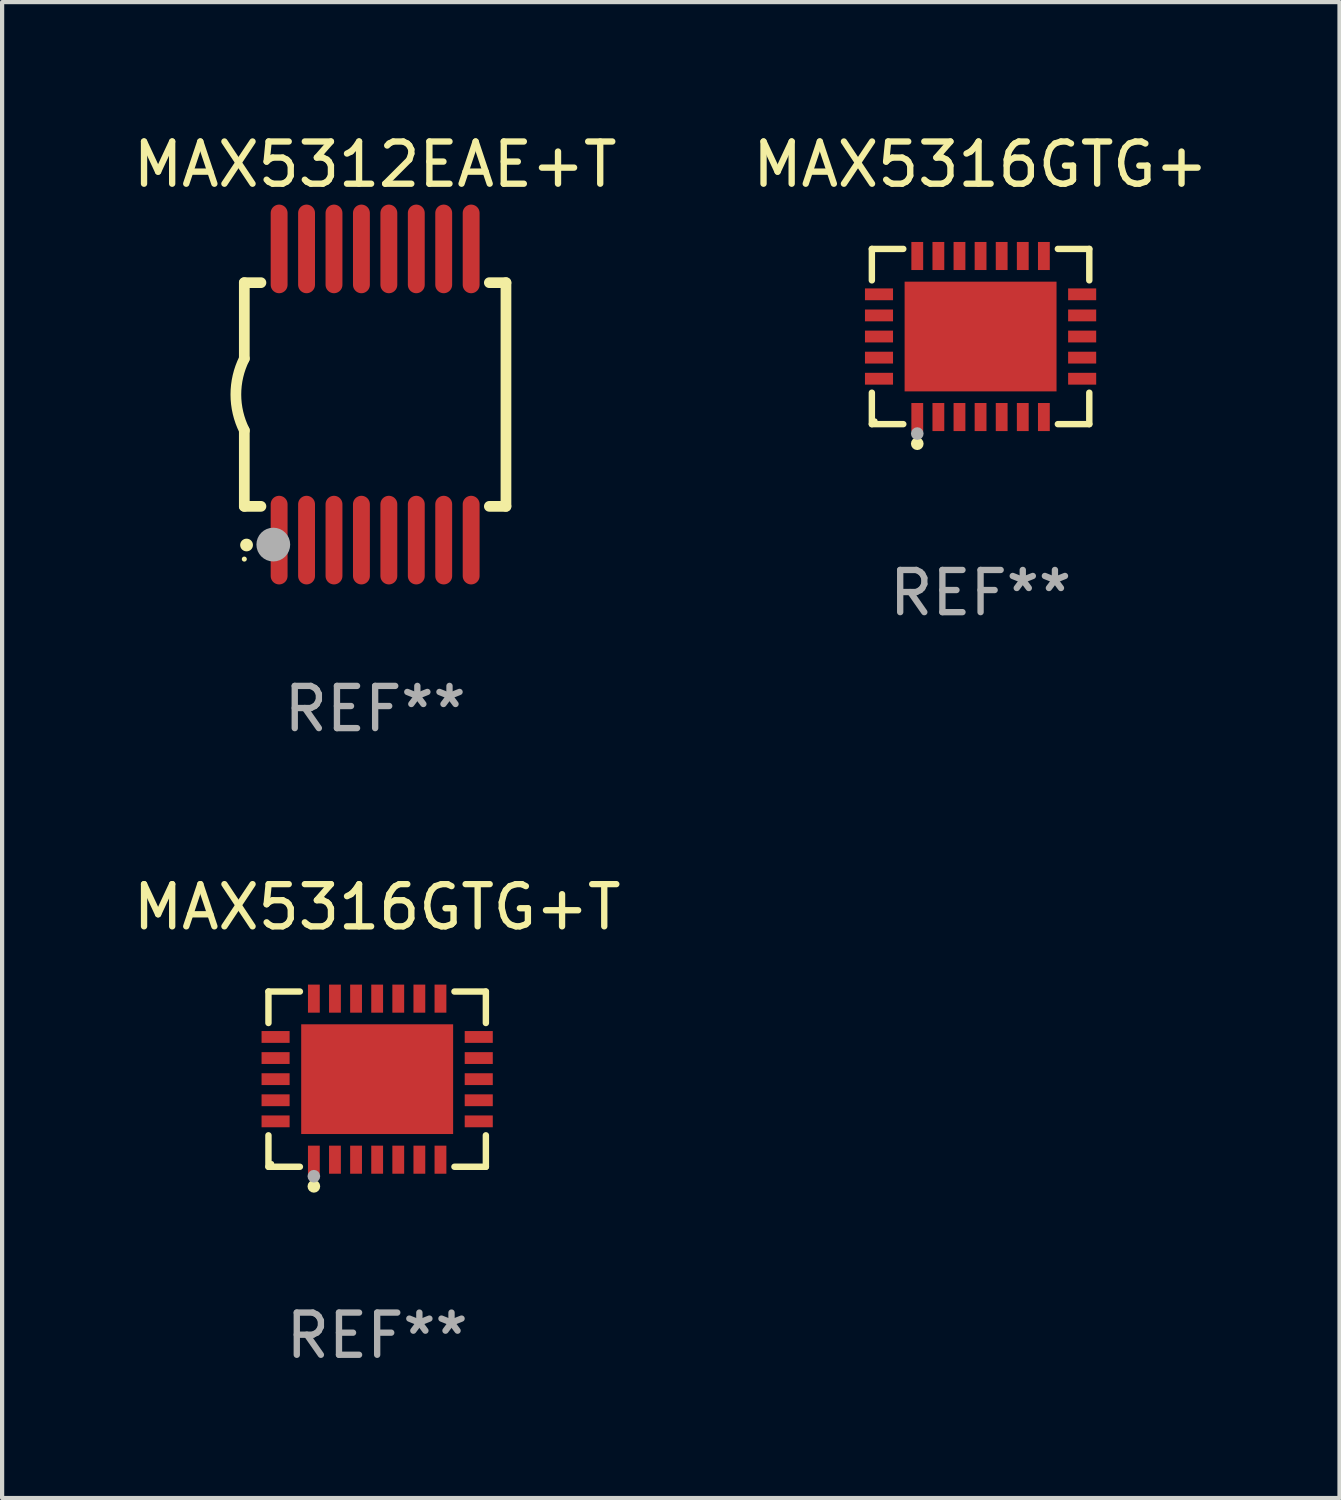
<source format=kicad_pcb>
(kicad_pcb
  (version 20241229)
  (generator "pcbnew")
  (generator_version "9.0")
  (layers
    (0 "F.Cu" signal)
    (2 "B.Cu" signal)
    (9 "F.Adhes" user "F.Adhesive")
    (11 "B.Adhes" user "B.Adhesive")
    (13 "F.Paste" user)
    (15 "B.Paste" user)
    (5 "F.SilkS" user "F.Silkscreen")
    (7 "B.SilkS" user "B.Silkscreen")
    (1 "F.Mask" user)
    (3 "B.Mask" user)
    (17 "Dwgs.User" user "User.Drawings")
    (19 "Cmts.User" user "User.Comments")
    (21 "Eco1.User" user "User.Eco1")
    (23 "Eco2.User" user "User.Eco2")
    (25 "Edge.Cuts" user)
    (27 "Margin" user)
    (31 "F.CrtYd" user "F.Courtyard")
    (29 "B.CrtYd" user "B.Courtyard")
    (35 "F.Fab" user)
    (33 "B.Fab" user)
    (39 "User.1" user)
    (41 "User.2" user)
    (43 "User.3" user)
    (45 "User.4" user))
  (footprint "MAX5312EAE+T"
    (layer "F.Cu")
    (at 5.839 6.298)
    (property "Reference" "MAX5312EAE+T" (at 0 -5.45 0) (layer "F.SilkS") (effects (font (size 1 1) (thickness 0.15))))
    (attr through_hole)
    (fp_line (start -3.1 -2.65) (end -3.1 -0.85) (stroke (width 0.254) (type solid)) (layer "F.SilkS"))
    (fp_line (start -3.1 -2.65) (end -2.706 -2.65) (stroke (width 0.254) (type solid)) (layer "F.SilkS"))
    (fp_line (start -3.1 2.65) (end -3.1 0.85) (stroke (width 0.254) (type solid)) (layer "F.SilkS"))
    (fp_line (start -3.1 2.65) (end -2.706 2.65) (stroke (width 0.254) (type solid)) (layer "F.SilkS"))
    (fp_line (start 2.706 -2.65) (end 3.1 -2.65) (stroke (width 0.254) (type solid)) (layer "F.SilkS"))
    (fp_line (start 2.706 2.65) (end 3.1 2.65) (stroke (width 0.254) (type solid)) (layer "F.SilkS"))
    (fp_line (start 3.1 -2.65) (end 3.1 2.65) (stroke (width 0.254) (type solid)) (layer "F.SilkS"))
    (fp_arc (start -3.098907 0.850902) (mid -3.300057 0.000523) (end -3.1 -0.850114) (stroke (width 0.254001) (type solid)) (layer "F.SilkS"))
    (fp_arc (start -3.048006 3.566066) (mid -3.046736 3.566061) (end -3.045466 3.566066) (stroke (width 0.3) (type solid)) (layer "F.SilkS"))
    (fp_circle (center -3.1 3.9) (end -3.07 3.9) (stroke (width 0.06) (type solid)) (fill no) (layer "F.SilkS"))
    (fp_circle (center -2.413 3.556) (end -2.213 3.556) (stroke (width 0.4) (type solid)) (fill no) (layer "F.Fab"))
    (fp_text user "REF**" (at 0 7.45 0) (layer "F.Fab") (effects (font (size 1 1) (thickness 0.15))))
    (pad "1" smd oval (at -2.275 3.45 180) (size 0.4 2.1) (layers "F.Cu" "F.Mask" "F.Paste"))
    (pad "2" smd oval (at -1.625 3.45 180) (size 0.4 2.1) (layers "F.Cu" "F.Mask" "F.Paste"))
    (pad "3" smd oval (at -0.975 3.45 180) (size 0.4 2.1) (layers "F.Cu" "F.Mask" "F.Paste"))
    (pad "4" smd oval (at -0.325 3.45 180) (size 0.4 2.1) (layers "F.Cu" "F.Mask" "F.Paste"))
    (pad "5" smd oval (at 0.325 3.45 180) (size 0.4 2.1) (layers "F.Cu" "F.Mask" "F.Paste"))
    (pad "6" smd oval (at 0.975 3.45 180) (size 0.4 2.1) (layers "F.Cu" "F.Mask" "F.Paste"))
    (pad "7" smd oval (at 1.625 3.45 180) (size 0.4 2.1) (layers "F.Cu" "F.Mask" "F.Paste"))
    (pad "8" smd oval (at 2.275 3.45 180) (size 0.4 2.1) (layers "F.Cu" "F.Mask" "F.Paste"))
    (pad "9" smd oval (at 2.275 -3.45 180) (size 0.4 2.1) (layers "F.Cu" "F.Mask" "F.Paste"))
    (pad "10" smd oval (at 1.625 -3.45 180) (size 0.4 2.1) (layers "F.Cu" "F.Mask" "F.Paste"))
    (pad "11" smd oval (at 0.975 -3.45 180) (size 0.4 2.1) (layers "F.Cu" "F.Mask" "F.Paste"))
    (pad "12" smd oval (at 0.325 -3.45 180) (size 0.4 2.1) (layers "F.Cu" "F.Mask" "F.Paste"))
    (pad "13" smd oval (at -0.325 -3.45 180) (size 0.4 2.1) (layers "F.Cu" "F.Mask" "F.Paste"))
    (pad "14" smd oval (at -0.975 -3.45 180) (size 0.4 2.1) (layers "F.Cu" "F.Mask" "F.Paste"))
    (pad "15" smd oval (at -1.625 -3.45 180) (size 0.4 2.1) (layers "F.Cu" "F.Mask" "F.Paste"))
    (pad "16" smd oval (at -2.275 -3.45 180) (size 0.4 2.1) (layers "F.Cu" "F.Mask" "F.Paste")))
  (footprint "MAX5316GTG+T"
    (layer "F.Cu")
    (at 5.887 22.521)
    (property "Reference" "MAX5316GTG+T" (at 0 -4.076 0) (layer "F.SilkS") (effects (font (size 1 1) (thickness 0.15))))
    (attr through_hole)
    (fp_line (start -2.576 -2.076) (end -1.831 -2.076) (stroke (width 0.152) (type solid)) (layer "F.SilkS"))
    (fp_line (start -2.576 -1.331) (end -2.576 -2.076) (stroke (width 0.152) (type solid)) (layer "F.SilkS"))
    (fp_line (start -2.576 1.331) (end -2.576 2.076) (stroke (width 0.152) (type solid)) (layer "F.SilkS"))
    (fp_line (start -2.576 2.076) (end -1.831 2.076) (stroke (width 0.152) (type solid)) (layer "F.SilkS"))
    (fp_line (start 2.576 -2.076) (end 1.831 -2.076) (stroke (width 0.152) (type solid)) (layer "F.SilkS"))
    (fp_line (start 2.576 -1.331) (end 2.576 -2.076) (stroke (width 0.152) (type solid)) (layer "F.SilkS"))
    (fp_line (start 2.576 1.331) (end 2.576 2.076) (stroke (width 0.152) (type solid)) (layer "F.SilkS"))
    (fp_line (start 2.576 2.076) (end 1.831 2.076) (stroke (width 0.152) (type solid)) (layer "F.SilkS"))
    (fp_circle (center -2.5 2) (end -2.47 2) (stroke (width 0.06) (type solid)) (fill no) (layer "F.SilkS"))
    (fp_circle (center -1.5 2.54) (end -1.425 2.54) (stroke (width 0.15) (type solid)) (fill no) (layer "F.SilkS"))
    (fp_circle (center -1.5 2.3) (end -1.425 2.3) (stroke (width 0.15) (type solid)) (fill no) (layer "F.Fab"))
    (fp_text user "REF**" (at 0 6.076 0) (layer "F.Fab") (effects (font (size 1 1) (thickness 0.15))))
    (pad "1" smd rect (at -1.5 1.908) (size 0.28 0.665) (layers "F.Cu" "F.Mask" "F.Paste"))
    (pad "2" smd rect (at -1 1.908) (size 0.28 0.665) (layers "F.Cu" "F.Mask" "F.Paste"))
    (pad "3" smd rect (at -0.5 1.908) (size 0.28 0.665) (layers "F.Cu" "F.Mask" "F.Paste"))
    (pad "4" smd rect (at 0 1.908) (size 0.28 0.665) (layers "F.Cu" "F.Mask" "F.Paste"))
    (pad "5" smd rect (at 0.5 1.908) (size 0.28 0.665) (layers "F.Cu" "F.Mask" "F.Paste"))
    (pad "6" smd rect (at 1 1.908) (size 0.28 0.665) (layers "F.Cu" "F.Mask" "F.Paste"))
    (pad "7" smd rect (at 1.5 1.908) (size 0.28 0.665) (layers "F.Cu" "F.Mask" "F.Paste"))
    (pad "8" smd rect (at 2.407 1) (size 0.665 0.28) (layers "F.Cu" "F.Mask" "F.Paste"))
    (pad "9" smd rect (at 2.407 0.5) (size 0.665 0.28) (layers "F.Cu" "F.Mask" "F.Paste"))
    (pad "10" smd rect (at 2.407 0) (size 0.665 0.28) (layers "F.Cu" "F.Mask" "F.Paste"))
    (pad "11" smd rect (at 2.407 -0.5) (size 0.665 0.28) (layers "F.Cu" "F.Mask" "F.Paste"))
    (pad "12" smd rect (at 2.407 -1) (size 0.665 0.28) (layers "F.Cu" "F.Mask" "F.Paste"))
    (pad "13" smd rect (at 1.5 -1.908) (size 0.28 0.665) (layers "F.Cu" "F.Mask" "F.Paste"))
    (pad "14" smd rect (at 1 -1.908) (size 0.28 0.665) (layers "F.Cu" "F.Mask" "F.Paste"))
    (pad "15" smd rect (at 0.5 -1.908) (size 0.28 0.665) (layers "F.Cu" "F.Mask" "F.Paste"))
    (pad "16" smd rect (at 0 -1.908) (size 0.28 0.665) (layers "F.Cu" "F.Mask" "F.Paste"))
    (pad "17" smd rect (at -0.5 -1.908) (size 0.28 0.665) (layers "F.Cu" "F.Mask" "F.Paste"))
    (pad "18" smd rect (at -1 -1.908) (size 0.28 0.665) (layers "F.Cu" "F.Mask" "F.Paste"))
    (pad "19" smd rect (at -1.5 -1.908) (size 0.28 0.665) (layers "F.Cu" "F.Mask" "F.Paste"))
    (pad "20" smd rect (at -2.407 -1) (size 0.665 0.28) (layers "F.Cu" "F.Mask" "F.Paste"))
    (pad "21" smd rect (at -2.407 -0.5) (size 0.665 0.28) (layers "F.Cu" "F.Mask" "F.Paste"))
    (pad "22" smd rect (at -2.407 0) (size 0.665 0.28) (layers "F.Cu" "F.Mask" "F.Paste"))
    (pad "23" smd rect (at -2.407 0.5) (size 0.665 0.28) (layers "F.Cu" "F.Mask" "F.Paste"))
    (pad "24" smd rect (at -2.407 1) (size 0.665 0.28) (layers "F.Cu" "F.Mask" "F.Paste"))
    (pad "25" smd rect (at 0 0) (size 3.6 2.6) (layers "F.Cu" "F.Mask" "F.Paste")))
  (footprint "MAX5316GTG+"
    (layer "F.Cu")
    (at 20.185 4.924)
    (property "Reference" "MAX5316GTG+" (at 0 -4.076 0) (layer "F.SilkS") (effects (font (size 1 1) (thickness 0.15))))
    (attr through_hole)
    (fp_line (start -2.576 -2.076) (end -1.831 -2.076) (stroke (width 0.152) (type solid)) (layer "F.SilkS"))
    (fp_line (start -2.576 -1.331) (end -2.576 -2.076) (stroke (width 0.152) (type solid)) (layer "F.SilkS"))
    (fp_line (start -2.576 1.331) (end -2.576 2.076) (stroke (width 0.152) (type solid)) (layer "F.SilkS"))
    (fp_line (start -2.576 2.076) (end -1.831 2.076) (stroke (width 0.152) (type solid)) (layer "F.SilkS"))
    (fp_line (start 2.576 -2.076) (end 1.831 -2.076) (stroke (width 0.152) (type solid)) (layer "F.SilkS"))
    (fp_line (start 2.576 -1.331) (end 2.576 -2.076) (stroke (width 0.152) (type solid)) (layer "F.SilkS"))
    (fp_line (start 2.576 1.331) (end 2.576 2.076) (stroke (width 0.152) (type solid)) (layer "F.SilkS"))
    (fp_line (start 2.576 2.076) (end 1.831 2.076) (stroke (width 0.152) (type solid)) (layer "F.SilkS"))
    (fp_circle (center -2.5 2) (end -2.47 2) (stroke (width 0.06) (type solid)) (fill no) (layer "F.SilkS"))
    (fp_circle (center -1.5 2.54) (end -1.425 2.54) (stroke (width 0.15) (type solid)) (fill no) (layer "F.SilkS"))
    (fp_circle (center -1.5 2.3) (end -1.425 2.3) (stroke (width 0.15) (type solid)) (fill no) (layer "F.Fab"))
    (fp_text user "REF**" (at 0 6.076 0) (layer "F.Fab") (effects (font (size 1 1) (thickness 0.15))))
    (pad "1" smd rect (at -1.5 1.908) (size 0.28 0.665) (layers "F.Cu" "F.Mask" "F.Paste"))
    (pad "2" smd rect (at -1 1.908) (size 0.28 0.665) (layers "F.Cu" "F.Mask" "F.Paste"))
    (pad "3" smd rect (at -0.5 1.908) (size 0.28 0.665) (layers "F.Cu" "F.Mask" "F.Paste"))
    (pad "4" smd rect (at 0 1.908) (size 0.28 0.665) (layers "F.Cu" "F.Mask" "F.Paste"))
    (pad "5" smd rect (at 0.5 1.908) (size 0.28 0.665) (layers "F.Cu" "F.Mask" "F.Paste"))
    (pad "6" smd rect (at 1 1.908) (size 0.28 0.665) (layers "F.Cu" "F.Mask" "F.Paste"))
    (pad "7" smd rect (at 1.5 1.908) (size 0.28 0.665) (layers "F.Cu" "F.Mask" "F.Paste"))
    (pad "8" smd rect (at 2.407 1) (size 0.665 0.28) (layers "F.Cu" "F.Mask" "F.Paste"))
    (pad "9" smd rect (at 2.407 0.5) (size 0.665 0.28) (layers "F.Cu" "F.Mask" "F.Paste"))
    (pad "10" smd rect (at 2.407 0) (size 0.665 0.28) (layers "F.Cu" "F.Mask" "F.Paste"))
    (pad "11" smd rect (at 2.407 -0.5) (size 0.665 0.28) (layers "F.Cu" "F.Mask" "F.Paste"))
    (pad "12" smd rect (at 2.407 -1) (size 0.665 0.28) (layers "F.Cu" "F.Mask" "F.Paste"))
    (pad "13" smd rect (at 1.5 -1.908) (size 0.28 0.665) (layers "F.Cu" "F.Mask" "F.Paste"))
    (pad "14" smd rect (at 1 -1.908) (size 0.28 0.665) (layers "F.Cu" "F.Mask" "F.Paste"))
    (pad "15" smd rect (at 0.5 -1.908) (size 0.28 0.665) (layers "F.Cu" "F.Mask" "F.Paste"))
    (pad "16" smd rect (at 0 -1.908) (size 0.28 0.665) (layers "F.Cu" "F.Mask" "F.Paste"))
    (pad "17" smd rect (at -0.5 -1.908) (size 0.28 0.665) (layers "F.Cu" "F.Mask" "F.Paste"))
    (pad "18" smd rect (at -1 -1.908) (size 0.28 0.665) (layers "F.Cu" "F.Mask" "F.Paste"))
    (pad "19" smd rect (at -1.5 -1.908) (size 0.28 0.665) (layers "F.Cu" "F.Mask" "F.Paste"))
    (pad "20" smd rect (at -2.407 -1) (size 0.665 0.28) (layers "F.Cu" "F.Mask" "F.Paste"))
    (pad "21" smd rect (at -2.407 -0.5) (size 0.665 0.28) (layers "F.Cu" "F.Mask" "F.Paste"))
    (pad "22" smd rect (at -2.407 0) (size 0.665 0.28) (layers "F.Cu" "F.Mask" "F.Paste"))
    (pad "23" smd rect (at -2.407 0.5) (size 0.665 0.28) (layers "F.Cu" "F.Mask" "F.Paste"))
    (pad "24" smd rect (at -2.407 1) (size 0.665 0.28) (layers "F.Cu" "F.Mask" "F.Paste"))
    (pad "25" smd rect (at 0 0) (size 3.6 2.6) (layers "F.Cu" "F.Mask" "F.Paste")))
  (gr_rect
    (start -3 -3)
    (end 28.69 32.446)
    (stroke (width 0.1) (type default))
    (fill no)
    (layer "Edge.Cuts")))
</source>
